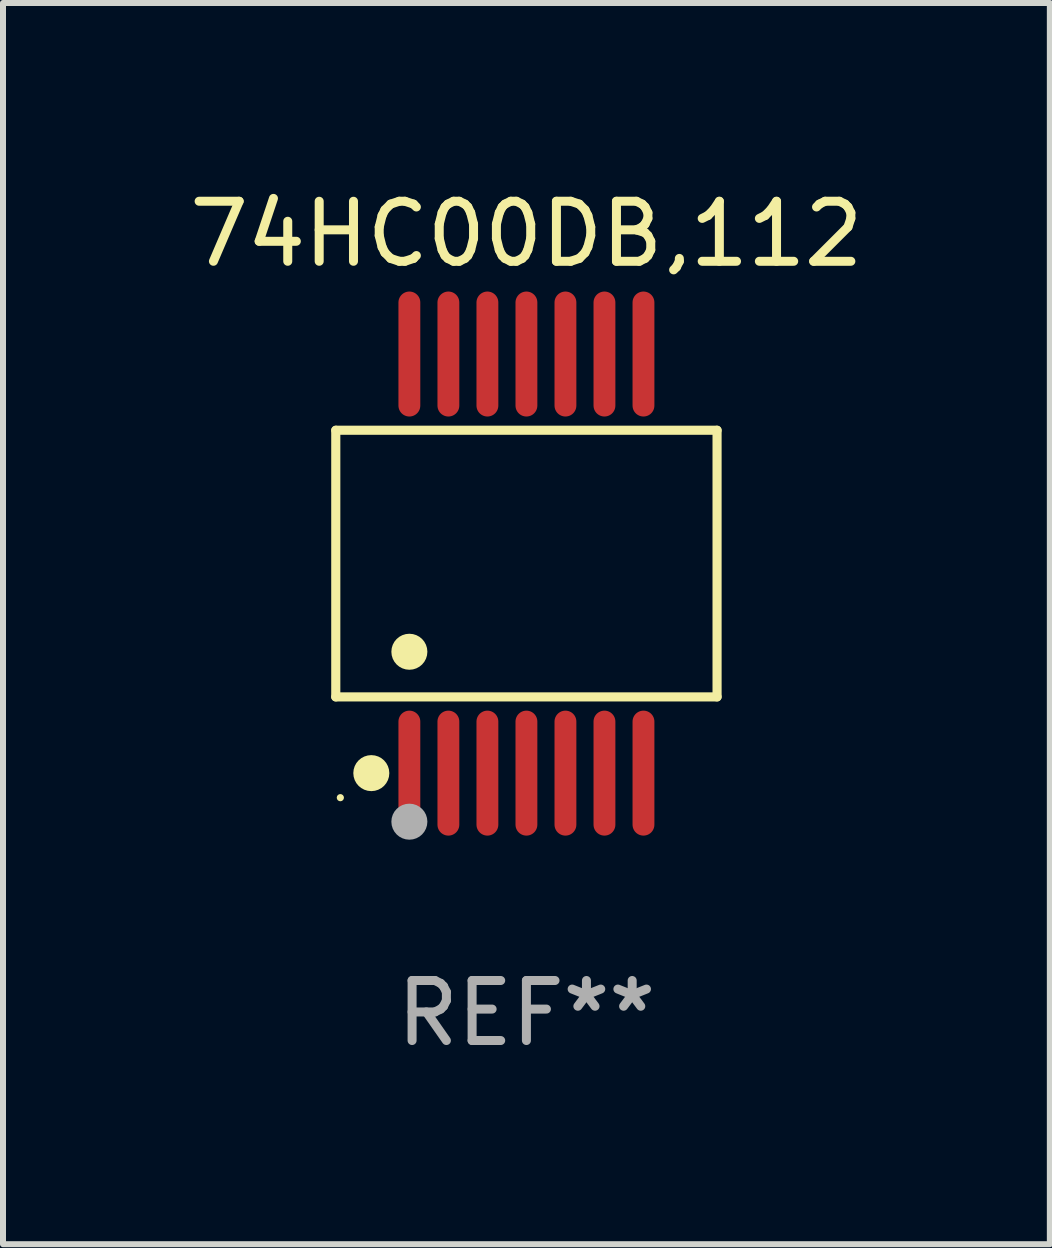
<source format=kicad_pcb>
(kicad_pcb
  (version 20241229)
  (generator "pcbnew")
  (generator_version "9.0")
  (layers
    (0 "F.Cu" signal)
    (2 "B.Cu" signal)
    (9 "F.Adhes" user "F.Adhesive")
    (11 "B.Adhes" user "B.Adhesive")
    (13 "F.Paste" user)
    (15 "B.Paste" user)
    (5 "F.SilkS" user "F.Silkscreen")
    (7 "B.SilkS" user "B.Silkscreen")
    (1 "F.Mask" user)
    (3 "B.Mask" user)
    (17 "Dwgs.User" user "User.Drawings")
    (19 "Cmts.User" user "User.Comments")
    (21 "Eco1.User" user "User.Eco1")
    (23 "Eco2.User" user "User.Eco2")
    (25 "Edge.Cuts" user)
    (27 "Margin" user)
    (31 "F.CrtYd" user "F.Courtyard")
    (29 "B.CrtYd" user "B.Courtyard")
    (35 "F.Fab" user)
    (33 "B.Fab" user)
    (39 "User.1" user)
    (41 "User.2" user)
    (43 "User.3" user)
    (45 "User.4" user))
  (footprint "74HC00DB,112"
    (layer "F.Cu")
    (at 5.72 6.339)
    (property "Reference" "74HC00DB,112" (at 0 -5.491 0) (layer "F.SilkS") (effects (font (size 1 1) (thickness 0.15))))
    (attr through_hole)
    (fp_line (start -3.176 -2.221) (end 3.176 -2.221) (stroke (width 0.152) (type solid)) (layer "F.SilkS"))
    (fp_line (start -3.176 2.221) (end -3.176 -2.221) (stroke (width 0.152) (type solid)) (layer "F.SilkS"))
    (fp_line (start 3.176 -2.221) (end 3.176 2.221) (stroke (width 0.152) (type solid)) (layer "F.SilkS"))
    (fp_line (start 3.176 2.221) (end -3.176 2.221) (stroke (width 0.152) (type solid)) (layer "F.SilkS"))
    (fp_circle (center -3.1 3.9) (end -3.07 3.9) (stroke (width 0.06) (type solid)) (fill no) (layer "F.SilkS"))
    (fp_circle (center -2.584 3.491) (end -2.434 3.491) (stroke (width 0.3) (type solid)) (fill no) (layer "F.SilkS"))
    (fp_circle (center -1.95 1.469) (end -1.8 1.469) (stroke (width 0.3) (type solid)) (fill no) (layer "F.SilkS"))
    (fp_circle (center -1.95 4.3) (end -1.8 4.3) (stroke (width 0.3) (type solid)) (fill no) (layer "F.Fab"))
    (fp_text user "REF**" (at 0 7.491 0) (layer "F.Fab") (effects (font (size 1 1) (thickness 0.15))))
    (pad "1" smd oval (at -1.95 3.491) (size 0.364 2.082) (layers "F.Cu" "F.Mask" "F.Paste"))
    (pad "2" smd oval (at -1.3 3.491) (size 0.364 2.082) (layers "F.Cu" "F.Mask" "F.Paste"))
    (pad "3" smd oval (at -0.65 3.491) (size 0.364 2.082) (layers "F.Cu" "F.Mask" "F.Paste"))
    (pad "4" smd oval (at 0 3.491) (size 0.364 2.082) (layers "F.Cu" "F.Mask" "F.Paste"))
    (pad "5" smd oval (at 0.65 3.491) (size 0.364 2.082) (layers "F.Cu" "F.Mask" "F.Paste"))
    (pad "6" smd oval (at 1.3 3.491) (size 0.364 2.082) (layers "F.Cu" "F.Mask" "F.Paste"))
    (pad "7" smd oval (at 1.95 3.491) (size 0.364 2.082) (layers "F.Cu" "F.Mask" "F.Paste"))
    (pad "8" smd oval (at 1.95 -3.491) (size 0.364 2.082) (layers "F.Cu" "F.Mask" "F.Paste"))
    (pad "9" smd oval (at 1.3 -3.491) (size 0.364 2.082) (layers "F.Cu" "F.Mask" "F.Paste"))
    (pad "10" smd oval (at 0.65 -3.491) (size 0.364 2.082) (layers "F.Cu" "F.Mask" "F.Paste"))
    (pad "11" smd oval (at 0 -3.491) (size 0.364 2.082) (layers "F.Cu" "F.Mask" "F.Paste"))
    (pad "12" smd oval (at -0.65 -3.491) (size 0.364 2.082) (layers "F.Cu" "F.Mask" "F.Paste"))
    (pad "13" smd oval (at -1.3 -3.491) (size 0.364 2.082) (layers "F.Cu" "F.Mask" "F.Paste"))
    (pad "14" smd oval (at -1.95 -3.491) (size 0.364 2.082) (layers "F.Cu" "F.Mask" "F.Paste")))
  (gr_rect
    (start -3 -3)
    (end 14.44 17.678)
    (stroke (width 0.1) (type default))
    (fill no)
    (layer "Edge.Cuts")))
</source>
